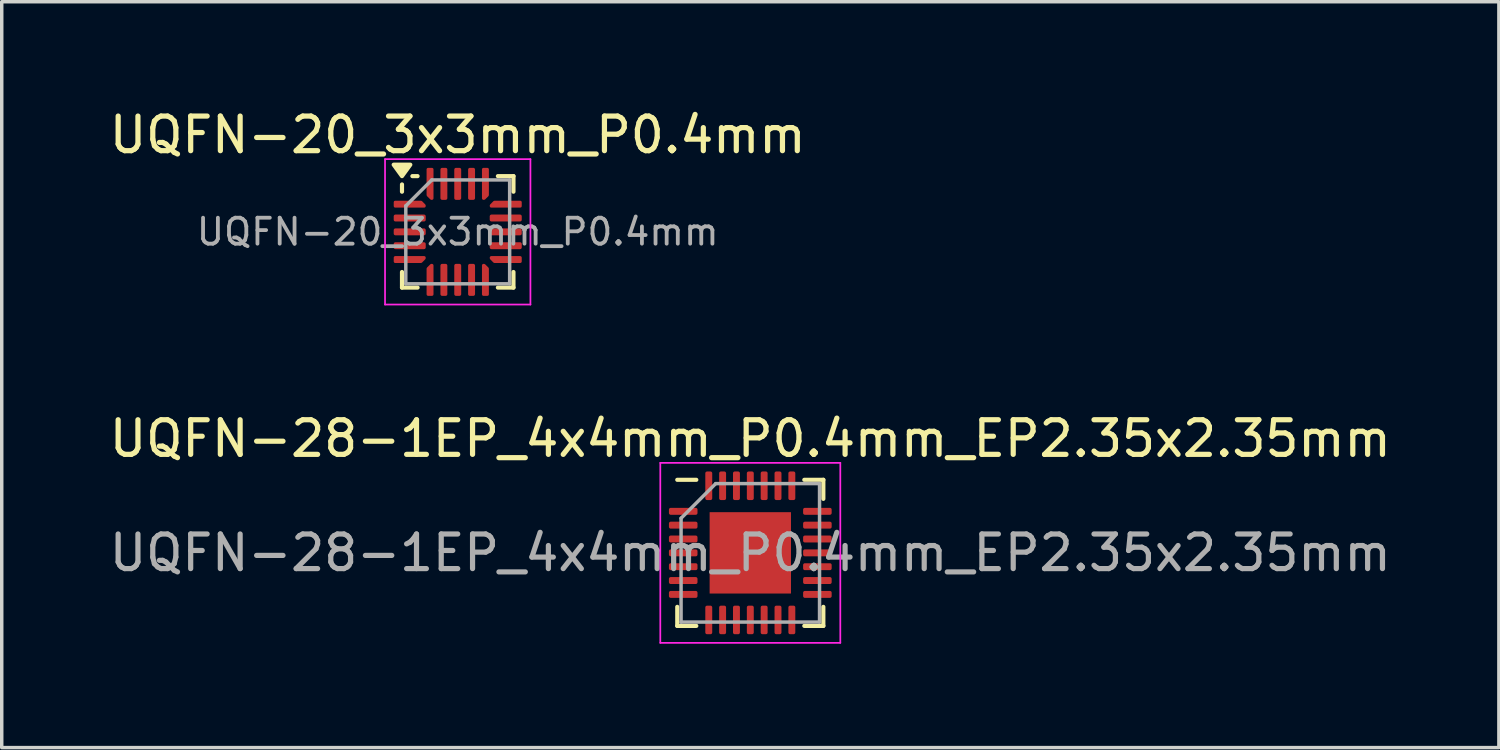
<source format=kicad_pcb>
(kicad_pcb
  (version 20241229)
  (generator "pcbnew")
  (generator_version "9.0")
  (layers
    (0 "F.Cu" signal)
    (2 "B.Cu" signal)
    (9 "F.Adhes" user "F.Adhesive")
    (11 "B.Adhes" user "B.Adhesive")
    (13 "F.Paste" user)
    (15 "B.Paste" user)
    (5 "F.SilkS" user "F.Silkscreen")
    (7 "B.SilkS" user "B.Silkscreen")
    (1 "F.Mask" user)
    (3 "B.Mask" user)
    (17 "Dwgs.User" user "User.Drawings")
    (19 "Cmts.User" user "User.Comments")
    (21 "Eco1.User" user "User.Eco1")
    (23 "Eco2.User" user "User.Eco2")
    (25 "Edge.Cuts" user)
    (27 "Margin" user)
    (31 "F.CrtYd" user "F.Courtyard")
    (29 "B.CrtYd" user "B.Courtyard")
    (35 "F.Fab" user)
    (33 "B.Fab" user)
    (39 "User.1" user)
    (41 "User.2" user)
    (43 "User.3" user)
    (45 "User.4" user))
  (footprint "UQFN-20_3x3mm_P0.4mm"
    (layer "F.Cu")
    (at 10.173 3.648)
    (property "Reference" "UQFN-20_3x3mm_P0.4mm" (at 0 -2.8 0) (layer "F.SilkS") (effects (font (size 1 1) (thickness 0.15))))
    (attr smd)
    (fp_line (start -1.61 -1.16) (end -1.61 -1.37) (stroke (width 0.12) (type solid)) (layer "F.SilkS"))
    (fp_line (start -1.61 1.61) (end -1.61 1.16) (stroke (width 0.12) (type solid)) (layer "F.SilkS"))
    (fp_line (start -1.16 -1.61) (end -1.31 -1.61) (stroke (width 0.12) (type solid)) (layer "F.SilkS"))
    (fp_line (start -1.16 1.61) (end -1.61 1.61) (stroke (width 0.12) (type solid)) (layer "F.SilkS"))
    (fp_line (start 1.16 -1.61) (end 1.61 -1.61) (stroke (width 0.12) (type solid)) (layer "F.SilkS"))
    (fp_line (start 1.16 1.61) (end 1.61 1.61) (stroke (width 0.12) (type solid)) (layer "F.SilkS"))
    (fp_line (start 1.61 -1.61) (end 1.61 -1.16) (stroke (width 0.12) (type solid)) (layer "F.SilkS"))
    (fp_line (start 1.61 1.61) (end 1.61 1.16) (stroke (width 0.12) (type solid)) (layer "F.SilkS"))
    (fp_poly (pts (xy -1.61 -1.61) (xy -1.85 -1.94) (xy -1.37 -1.94) (xy -1.61 -1.61)) (stroke (width 0.12) (type solid)) (fill yes) (layer "F.SilkS"))
    (fp_line (start -2.1 -2.1) (end -2.1 2.1) (stroke (width 0.05) (type solid)) (layer "F.CrtYd"))
    (fp_line (start -2.1 2.1) (end 2.1 2.1) (stroke (width 0.05) (type solid)) (layer "F.CrtYd"))
    (fp_line (start 2.1 -2.1) (end -2.1 -2.1) (stroke (width 0.05) (type solid)) (layer "F.CrtYd"))
    (fp_line (start 2.1 2.1) (end 2.1 -2.1) (stroke (width 0.05) (type solid)) (layer "F.CrtYd"))
    (fp_line (start -1.5 -0.75) (end -0.75 -1.5) (stroke (width 0.1) (type solid)) (layer "F.Fab"))
    (fp_line (start -1.5 1.5) (end -1.5 -0.75) (stroke (width 0.1) (type solid)) (layer "F.Fab"))
    (fp_line (start -0.75 -1.5) (end 1.5 -1.5) (stroke (width 0.1) (type solid)) (layer "F.Fab"))
    (fp_line (start 1.5 -1.5) (end 1.5 1.5) (stroke (width 0.1) (type solid)) (layer "F.Fab"))
    (fp_line (start 1.5 1.5) (end -1.5 1.5) (stroke (width 0.1) (type solid)) (layer "F.Fab"))
    (fp_text user "${REFERENCE}" (at 0 0 0) (layer "F.Fab") (effects (font (size 0.75 0.75) (thickness 0.11))))
    (pad "1" smd custom (at -1.387 -0.8) (size 0.115 0.115) (layers "F.Cu" "F.Mask" "F.Paste") (options (anchor circle)) (primitives (gr_poly (pts (xy 0.422 0.037) (xy 0.422 0.06) (xy -0.422 0.06) (xy -0.422 -0.06) (xy 0.326 -0.06)) (width 0.08) (fill yes))))
    (pad "2" smd roundrect (at -1.387 -0.4) (size 0.925 0.2) (layers "F.Cu" "F.Mask" "F.Paste") (roundrect_rratio 0.25))
    (pad "3" smd roundrect (at -1.387 0) (size 0.925 0.2) (layers "F.Cu" "F.Mask" "F.Paste") (roundrect_rratio 0.25))
    (pad "4" smd roundrect (at -1.387 0.4) (size 0.925 0.2) (layers "F.Cu" "F.Mask" "F.Paste") (roundrect_rratio 0.25))
    (pad "5" smd custom (at -1.387 0.8) (size 0.115 0.115) (layers "F.Cu" "F.Mask" "F.Paste") (options (anchor circle)) (primitives (gr_poly (pts (xy 0.422 -0.037) (xy 0.326 0.06) (xy -0.422 0.06) (xy -0.422 -0.06) (xy 0.422 -0.06)) (width 0.08) (fill yes))))
    (pad "6" smd custom (at -0.8 1.387) (size 0.115 0.115) (layers "F.Cu" "F.Mask" "F.Paste") (options (anchor circle)) (primitives (gr_poly (pts (xy 0.06 0.422) (xy -0.06 0.422) (xy -0.06 -0.326) (xy 0.037 -0.422) (xy 0.06 -0.422)) (width 0.08) (fill yes))))
    (pad "7" smd roundrect (at -0.4 1.387) (size 0.2 0.925) (layers "F.Cu" "F.Mask" "F.Paste") (roundrect_rratio 0.25))
    (pad "8" smd roundrect (at 0 1.387) (size 0.2 0.925) (layers "F.Cu" "F.Mask" "F.Paste") (roundrect_rratio 0.25))
    (pad "9" smd roundrect (at 0.4 1.387) (size 0.2 0.925) (layers "F.Cu" "F.Mask" "F.Paste") (roundrect_rratio 0.25))
    (pad "10" smd custom (at 0.8 1.387) (size 0.115 0.115) (layers "F.Cu" "F.Mask" "F.Paste") (options (anchor circle)) (primitives (gr_poly (pts (xy 0.06 -0.326) (xy 0.06 0.422) (xy -0.06 0.422) (xy -0.06 -0.422) (xy -0.037 -0.422)) (width 0.08) (fill yes))))
    (pad "11" smd custom (at 1.387 0.8) (size 0.115 0.115) (layers "F.Cu" "F.Mask" "F.Paste") (options (anchor circle)) (primitives (gr_poly (pts (xy 0.422 0.06) (xy -0.326 0.06) (xy -0.422 -0.037) (xy -0.422 -0.06) (xy 0.422 -0.06)) (width 0.08) (fill yes))))
    (pad "12" smd roundrect (at 1.387 0.4) (size 0.925 0.2) (layers "F.Cu" "F.Mask" "F.Paste") (roundrect_rratio 0.25))
    (pad "13" smd roundrect (at 1.387 0) (size 0.925 0.2) (layers "F.Cu" "F.Mask" "F.Paste") (roundrect_rratio 0.25))
    (pad "14" smd roundrect (at 1.387 -0.4) (size 0.925 0.2) (layers "F.Cu" "F.Mask" "F.Paste") (roundrect_rratio 0.25))
    (pad "15" smd custom (at 1.387 -0.8) (size 0.115 0.115) (layers "F.Cu" "F.Mask" "F.Paste") (options (anchor circle)) (primitives (gr_poly (pts (xy 0.422 0.06) (xy -0.422 0.06) (xy -0.422 0.037) (xy -0.326 -0.06) (xy 0.422 -0.06)) (width 0.08) (fill yes))))
    (pad "16" smd custom (at 0.8 -1.387) (size 0.115 0.115) (layers "F.Cu" "F.Mask" "F.Paste") (options (anchor circle)) (primitives (gr_poly (pts (xy 0.06 0.326) (xy -0.037 0.422) (xy -0.06 0.422) (xy -0.06 -0.422) (xy 0.06 -0.422)) (width 0.08) (fill yes))))
    (pad "17" smd roundrect (at 0.4 -1.387) (size 0.2 0.925) (layers "F.Cu" "F.Mask" "F.Paste") (roundrect_rratio 0.25))
    (pad "18" smd roundrect (at 0 -1.387) (size 0.2 0.925) (layers "F.Cu" "F.Mask" "F.Paste") (roundrect_rratio 0.25))
    (pad "19" smd roundrect (at -0.4 -1.387) (size 0.2 0.925) (layers "F.Cu" "F.Mask" "F.Paste") (roundrect_rratio 0.25))
    (pad "20" smd custom (at -0.8 -1.387) (size 0.115 0.115) (layers "F.Cu" "F.Mask" "F.Paste") (options (anchor circle)) (primitives (gr_poly (pts (xy 0.06 0.422) (xy 0.037 0.422) (xy -0.06 0.326) (xy -0.06 -0.422) (xy 0.06 -0.422)) (width 0.08) (fill yes)))))
  (footprint "UQFN-28-1EP_4x4mm_P0.4mm_EP2.35x2.35mm"
    (layer "F.Cu")
    (at 18.625 12.921)
    (property "Reference" "UQFN-28-1EP_4x4mm_P0.4mm_EP2.35x2.35mm" (at 0 -3.3 0) (layer "F.SilkS") (effects (font (size 1 1) (thickness 0.15))))
    (attr smd)
    (fp_line (start -2.11 2.11) (end -2.11 1.56) (stroke (width 0.12) (type solid)) (layer "F.SilkS"))
    (fp_line (start -1.56 -2.11) (end -2.11 -2.11) (stroke (width 0.12) (type solid)) (layer "F.SilkS"))
    (fp_line (start -1.56 2.11) (end -2.11 2.11) (stroke (width 0.12) (type solid)) (layer "F.SilkS"))
    (fp_line (start 1.56 -2.11) (end 2.11 -2.11) (stroke (width 0.12) (type solid)) (layer "F.SilkS"))
    (fp_line (start 1.56 2.11) (end 2.11 2.11) (stroke (width 0.12) (type solid)) (layer "F.SilkS"))
    (fp_line (start 2.11 -2.11) (end 2.11 -1.56) (stroke (width 0.12) (type solid)) (layer "F.SilkS"))
    (fp_line (start 2.11 2.11) (end 2.11 1.56) (stroke (width 0.12) (type solid)) (layer "F.SilkS"))
    (fp_line (start -2.6 -2.6) (end -2.6 2.6) (stroke (width 0.05) (type solid)) (layer "F.CrtYd"))
    (fp_line (start -2.6 2.6) (end 2.6 2.6) (stroke (width 0.05) (type solid)) (layer "F.CrtYd"))
    (fp_line (start 2.6 -2.6) (end -2.6 -2.6) (stroke (width 0.05) (type solid)) (layer "F.CrtYd"))
    (fp_line (start 2.6 2.6) (end 2.6 -2.6) (stroke (width 0.05) (type solid)) (layer "F.CrtYd"))
    (fp_line (start -2 -1) (end -1 -2) (stroke (width 0.1) (type solid)) (layer "F.Fab"))
    (fp_line (start -2 2) (end -2 -1) (stroke (width 0.1) (type solid)) (layer "F.Fab"))
    (fp_line (start -1 -2) (end 2 -2) (stroke (width 0.1) (type solid)) (layer "F.Fab"))
    (fp_line (start 2 -2) (end 2 2) (stroke (width 0.1) (type solid)) (layer "F.Fab"))
    (fp_line (start 2 2) (end -2 2) (stroke (width 0.1) (type solid)) (layer "F.Fab"))
    (fp_text user "${REFERENCE}" (at 0 0 0) (layer "F.Fab") (effects (font (size 1 1) (thickness 0.15))))
    (pad "" smd roundrect (at -0.59 -0.59) (size 0.95 0.95) (layers "F.Paste") (roundrect_rratio 0.25))
    (pad "" smd roundrect (at -0.59 0.59) (size 0.95 0.95) (layers "F.Paste") (roundrect_rratio 0.25))
    (pad "" smd roundrect (at 0.59 -0.59) (size 0.95 0.95) (layers "F.Paste") (roundrect_rratio 0.25))
    (pad "" smd roundrect (at 0.59 0.59) (size 0.95 0.95) (layers "F.Paste") (roundrect_rratio 0.25))
    (pad "1" smd roundrect (at -1.938 -1.2) (size 0.825 0.2) (layers "F.Cu" "F.Mask" "F.Paste") (roundrect_rratio 0.25))
    (pad "2" smd roundrect (at -1.938 -0.8) (size 0.825 0.2) (layers "F.Cu" "F.Mask" "F.Paste") (roundrect_rratio 0.25))
    (pad "3" smd roundrect (at -1.938 -0.4) (size 0.825 0.2) (layers "F.Cu" "F.Mask" "F.Paste") (roundrect_rratio 0.25))
    (pad "4" smd roundrect (at -1.938 0) (size 0.825 0.2) (layers "F.Cu" "F.Mask" "F.Paste") (roundrect_rratio 0.25))
    (pad "5" smd roundrect (at -1.938 0.4) (size 0.825 0.2) (layers "F.Cu" "F.Mask" "F.Paste") (roundrect_rratio 0.25))
    (pad "6" smd roundrect (at -1.938 0.8) (size 0.825 0.2) (layers "F.Cu" "F.Mask" "F.Paste") (roundrect_rratio 0.25))
    (pad "7" smd roundrect (at -1.938 1.2) (size 0.825 0.2) (layers "F.Cu" "F.Mask" "F.Paste") (roundrect_rratio 0.25))
    (pad "8" smd roundrect (at -1.2 1.938) (size 0.2 0.825) (layers "F.Cu" "F.Mask" "F.Paste") (roundrect_rratio 0.25))
    (pad "9" smd roundrect (at -0.8 1.938) (size 0.2 0.825) (layers "F.Cu" "F.Mask" "F.Paste") (roundrect_rratio 0.25))
    (pad "10" smd roundrect (at -0.4 1.938) (size 0.2 0.825) (layers "F.Cu" "F.Mask" "F.Paste") (roundrect_rratio 0.25))
    (pad "11" smd roundrect (at 0 1.938) (size 0.2 0.825) (layers "F.Cu" "F.Mask" "F.Paste") (roundrect_rratio 0.25))
    (pad "12" smd roundrect (at 0.4 1.938) (size 0.2 0.825) (layers "F.Cu" "F.Mask" "F.Paste") (roundrect_rratio 0.25))
    (pad "13" smd roundrect (at 0.8 1.938) (size 0.2 0.825) (layers "F.Cu" "F.Mask" "F.Paste") (roundrect_rratio 0.25))
    (pad "14" smd roundrect (at 1.2 1.938) (size 0.2 0.825) (layers "F.Cu" "F.Mask" "F.Paste") (roundrect_rratio 0.25))
    (pad "15" smd roundrect (at 1.938 1.2) (size 0.825 0.2) (layers "F.Cu" "F.Mask" "F.Paste") (roundrect_rratio 0.25))
    (pad "16" smd roundrect (at 1.938 0.8) (size 0.825 0.2) (layers "F.Cu" "F.Mask" "F.Paste") (roundrect_rratio 0.25))
    (pad "17" smd roundrect (at 1.938 0.4) (size 0.825 0.2) (layers "F.Cu" "F.Mask" "F.Paste") (roundrect_rratio 0.25))
    (pad "18" smd roundrect (at 1.938 0) (size 0.825 0.2) (layers "F.Cu" "F.Mask" "F.Paste") (roundrect_rratio 0.25))
    (pad "19" smd roundrect (at 1.938 -0.4) (size 0.825 0.2) (layers "F.Cu" "F.Mask" "F.Paste") (roundrect_rratio 0.25))
    (pad "20" smd roundrect (at 1.938 -0.8) (size 0.825 0.2) (layers "F.Cu" "F.Mask" "F.Paste") (roundrect_rratio 0.25))
    (pad "21" smd roundrect (at 1.938 -1.2) (size 0.825 0.2) (layers "F.Cu" "F.Mask" "F.Paste") (roundrect_rratio 0.25))
    (pad "22" smd roundrect (at 1.2 -1.938) (size 0.2 0.825) (layers "F.Cu" "F.Mask" "F.Paste") (roundrect_rratio 0.25))
    (pad "23" smd roundrect (at 0.8 -1.938) (size 0.2 0.825) (layers "F.Cu" "F.Mask" "F.Paste") (roundrect_rratio 0.25))
    (pad "24" smd roundrect (at 0.4 -1.938) (size 0.2 0.825) (layers "F.Cu" "F.Mask" "F.Paste") (roundrect_rratio 0.25))
    (pad "25" smd roundrect (at 0 -1.938) (size 0.2 0.825) (layers "F.Cu" "F.Mask" "F.Paste") (roundrect_rratio 0.25))
    (pad "26" smd roundrect (at -0.4 -1.938) (size 0.2 0.825) (layers "F.Cu" "F.Mask" "F.Paste") (roundrect_rratio 0.25))
    (pad "27" smd roundrect (at -0.8 -1.938) (size 0.2 0.825) (layers "F.Cu" "F.Mask" "F.Paste") (roundrect_rratio 0.25))
    (pad "28" smd roundrect (at -1.2 -1.938) (size 0.2 0.825) (layers "F.Cu" "F.Mask" "F.Paste") (roundrect_rratio 0.25))
    (pad "29" smd rect (at 0 0) (size 2.35 2.35) (layers "F.Cu" "F.Mask")))
  (gr_rect
    (start -3 -3)
    (end 40.25 18.547)
    (stroke (width 0.1) (type default))
    (fill no)
    (layer "Edge.Cuts")))
</source>
